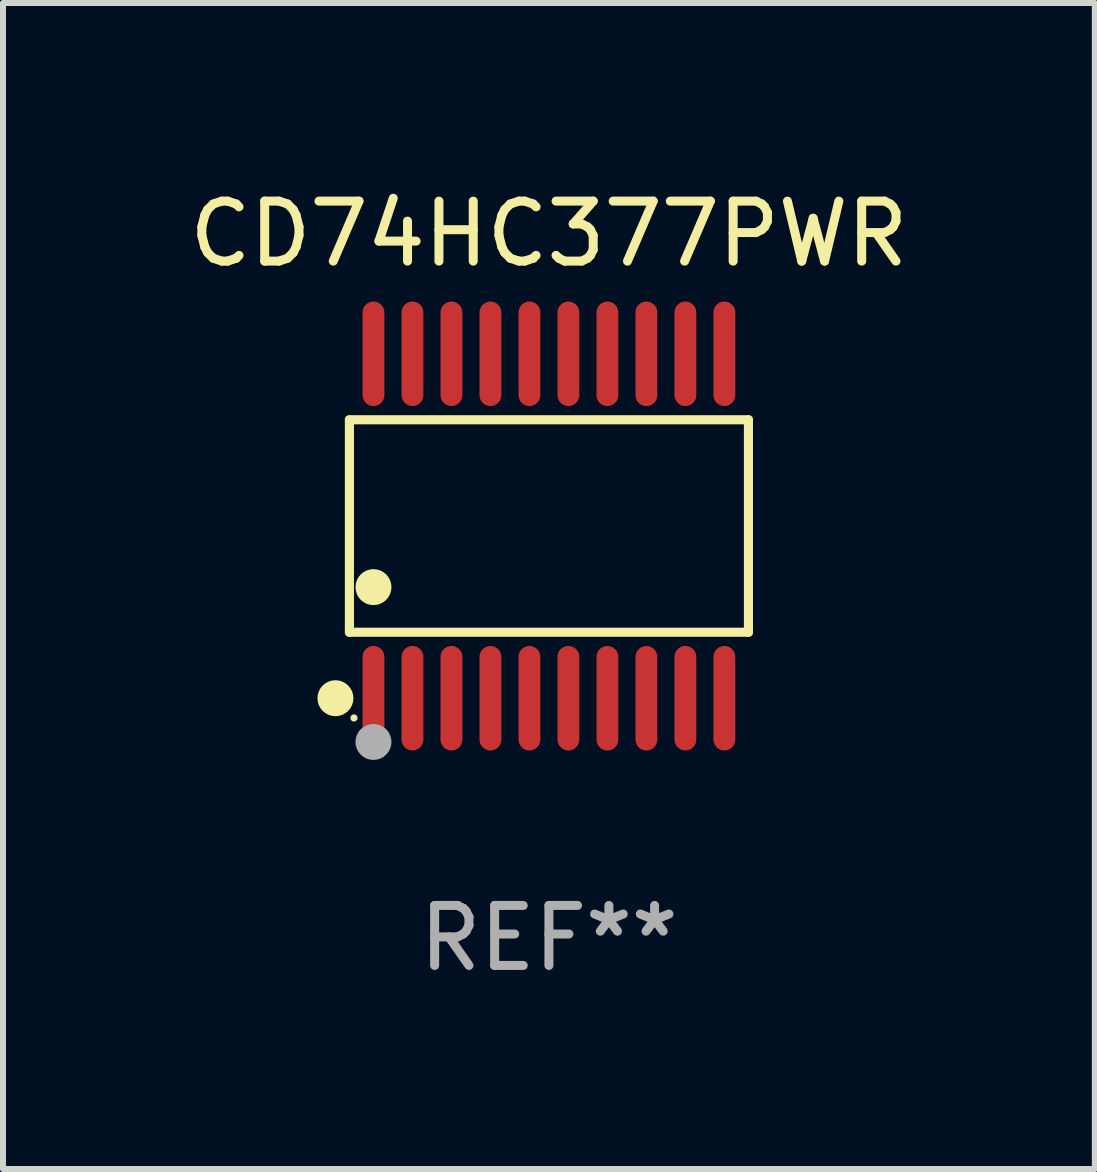
<source format=kicad_pcb>
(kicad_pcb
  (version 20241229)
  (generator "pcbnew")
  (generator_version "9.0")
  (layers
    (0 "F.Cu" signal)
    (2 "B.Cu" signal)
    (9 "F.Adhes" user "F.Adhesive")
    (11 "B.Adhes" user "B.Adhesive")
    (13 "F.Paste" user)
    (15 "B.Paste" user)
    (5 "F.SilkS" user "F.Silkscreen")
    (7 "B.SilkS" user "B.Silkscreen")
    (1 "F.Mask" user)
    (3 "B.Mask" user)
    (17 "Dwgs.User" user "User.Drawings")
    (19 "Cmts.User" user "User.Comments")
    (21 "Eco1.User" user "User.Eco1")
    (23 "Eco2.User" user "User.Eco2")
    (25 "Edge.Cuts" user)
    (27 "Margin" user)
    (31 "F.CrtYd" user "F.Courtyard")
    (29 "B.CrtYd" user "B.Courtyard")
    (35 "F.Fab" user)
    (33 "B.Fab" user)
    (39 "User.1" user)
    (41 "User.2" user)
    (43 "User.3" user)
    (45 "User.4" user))
  (footprint "CD74HC377PWR"
    (layer "F.Cu")
    (at 6.101 5.719)
    (property "Reference" "CD74HC377PWR" (at 0 -4.871 0) (layer "F.SilkS") (effects (font (size 1 1) (thickness 0.15))))
    (attr through_hole)
    (fp_line (start -3.326 -1.771) (end 3.326 -1.771) (stroke (width 0.152) (type solid)) (layer "F.SilkS"))
    (fp_line (start -3.326 1.771) (end -3.326 -1.771) (stroke (width 0.152) (type solid)) (layer "F.SilkS"))
    (fp_line (start 3.326 -1.771) (end 3.326 1.771) (stroke (width 0.152) (type solid)) (layer "F.SilkS"))
    (fp_line (start 3.326 1.771) (end -3.326 1.771) (stroke (width 0.152) (type solid)) (layer "F.SilkS"))
    (fp_circle (center -3.559 2.871) (end -3.409 2.871) (stroke (width 0.3) (type solid)) (fill no) (layer "F.SilkS"))
    (fp_circle (center -3.25 3.2) (end -3.22 3.2) (stroke (width 0.06) (type solid)) (fill no) (layer "F.SilkS"))
    (fp_circle (center -2.925 1.019) (end -2.775 1.019) (stroke (width 0.3) (type solid)) (fill no) (layer "F.SilkS"))
    (fp_circle (center -2.925 3.6) (end -2.775 3.6) (stroke (width 0.3) (type solid)) (fill no) (layer "F.Fab"))
    (fp_text user "REF**" (at 0 6.871 0) (layer "F.Fab") (effects (font (size 1 1) (thickness 0.15))))
    (pad "1" smd oval (at -2.925 2.871) (size 0.364 1.742) (layers "F.Cu" "F.Mask" "F.Paste"))
    (pad "2" smd oval (at -2.275 2.871) (size 0.364 1.742) (layers "F.Cu" "F.Mask" "F.Paste"))
    (pad "3" smd oval (at -1.625 2.871) (size 0.364 1.742) (layers "F.Cu" "F.Mask" "F.Paste"))
    (pad "4" smd oval (at -0.975 2.871) (size 0.364 1.742) (layers "F.Cu" "F.Mask" "F.Paste"))
    (pad "5" smd oval (at -0.325 2.871) (size 0.364 1.742) (layers "F.Cu" "F.Mask" "F.Paste"))
    (pad "6" smd oval (at 0.325 2.871) (size 0.364 1.742) (layers "F.Cu" "F.Mask" "F.Paste"))
    (pad "7" smd oval (at 0.975 2.871) (size 0.364 1.742) (layers "F.Cu" "F.Mask" "F.Paste"))
    (pad "8" smd oval (at 1.625 2.871) (size 0.364 1.742) (layers "F.Cu" "F.Mask" "F.Paste"))
    (pad "9" smd oval (at 2.275 2.871) (size 0.364 1.742) (layers "F.Cu" "F.Mask" "F.Paste"))
    (pad "10" smd oval (at 2.925 2.871) (size 0.364 1.742) (layers "F.Cu" "F.Mask" "F.Paste"))
    (pad "11" smd oval (at 2.925 -2.871) (size 0.364 1.742) (layers "F.Cu" "F.Mask" "F.Paste"))
    (pad "12" smd oval (at 2.275 -2.871) (size 0.364 1.742) (layers "F.Cu" "F.Mask" "F.Paste"))
    (pad "13" smd oval (at 1.625 -2.871) (size 0.364 1.742) (layers "F.Cu" "F.Mask" "F.Paste"))
    (pad "14" smd oval (at 0.975 -2.871) (size 0.364 1.742) (layers "F.Cu" "F.Mask" "F.Paste"))
    (pad "15" smd oval (at 0.325 -2.871) (size 0.364 1.742) (layers "F.Cu" "F.Mask" "F.Paste"))
    (pad "16" smd oval (at -0.325 -2.871) (size 0.364 1.742) (layers "F.Cu" "F.Mask" "F.Paste"))
    (pad "17" smd oval (at -0.975 -2.871) (size 0.364 1.742) (layers "F.Cu" "F.Mask" "F.Paste"))
    (pad "18" smd oval (at -1.625 -2.871) (size 0.364 1.742) (layers "F.Cu" "F.Mask" "F.Paste"))
    (pad "19" smd oval (at -2.275 -2.871) (size 0.364 1.742) (layers "F.Cu" "F.Mask" "F.Paste"))
    (pad "20" smd oval (at -2.925 -2.871) (size 0.364 1.742) (layers "F.Cu" "F.Mask" "F.Paste")))
  (gr_rect
    (start -3 -3)
    (end 15.202 16.438)
    (stroke (width 0.1) (type default))
    (fill no)
    (layer "Edge.Cuts")))
</source>
